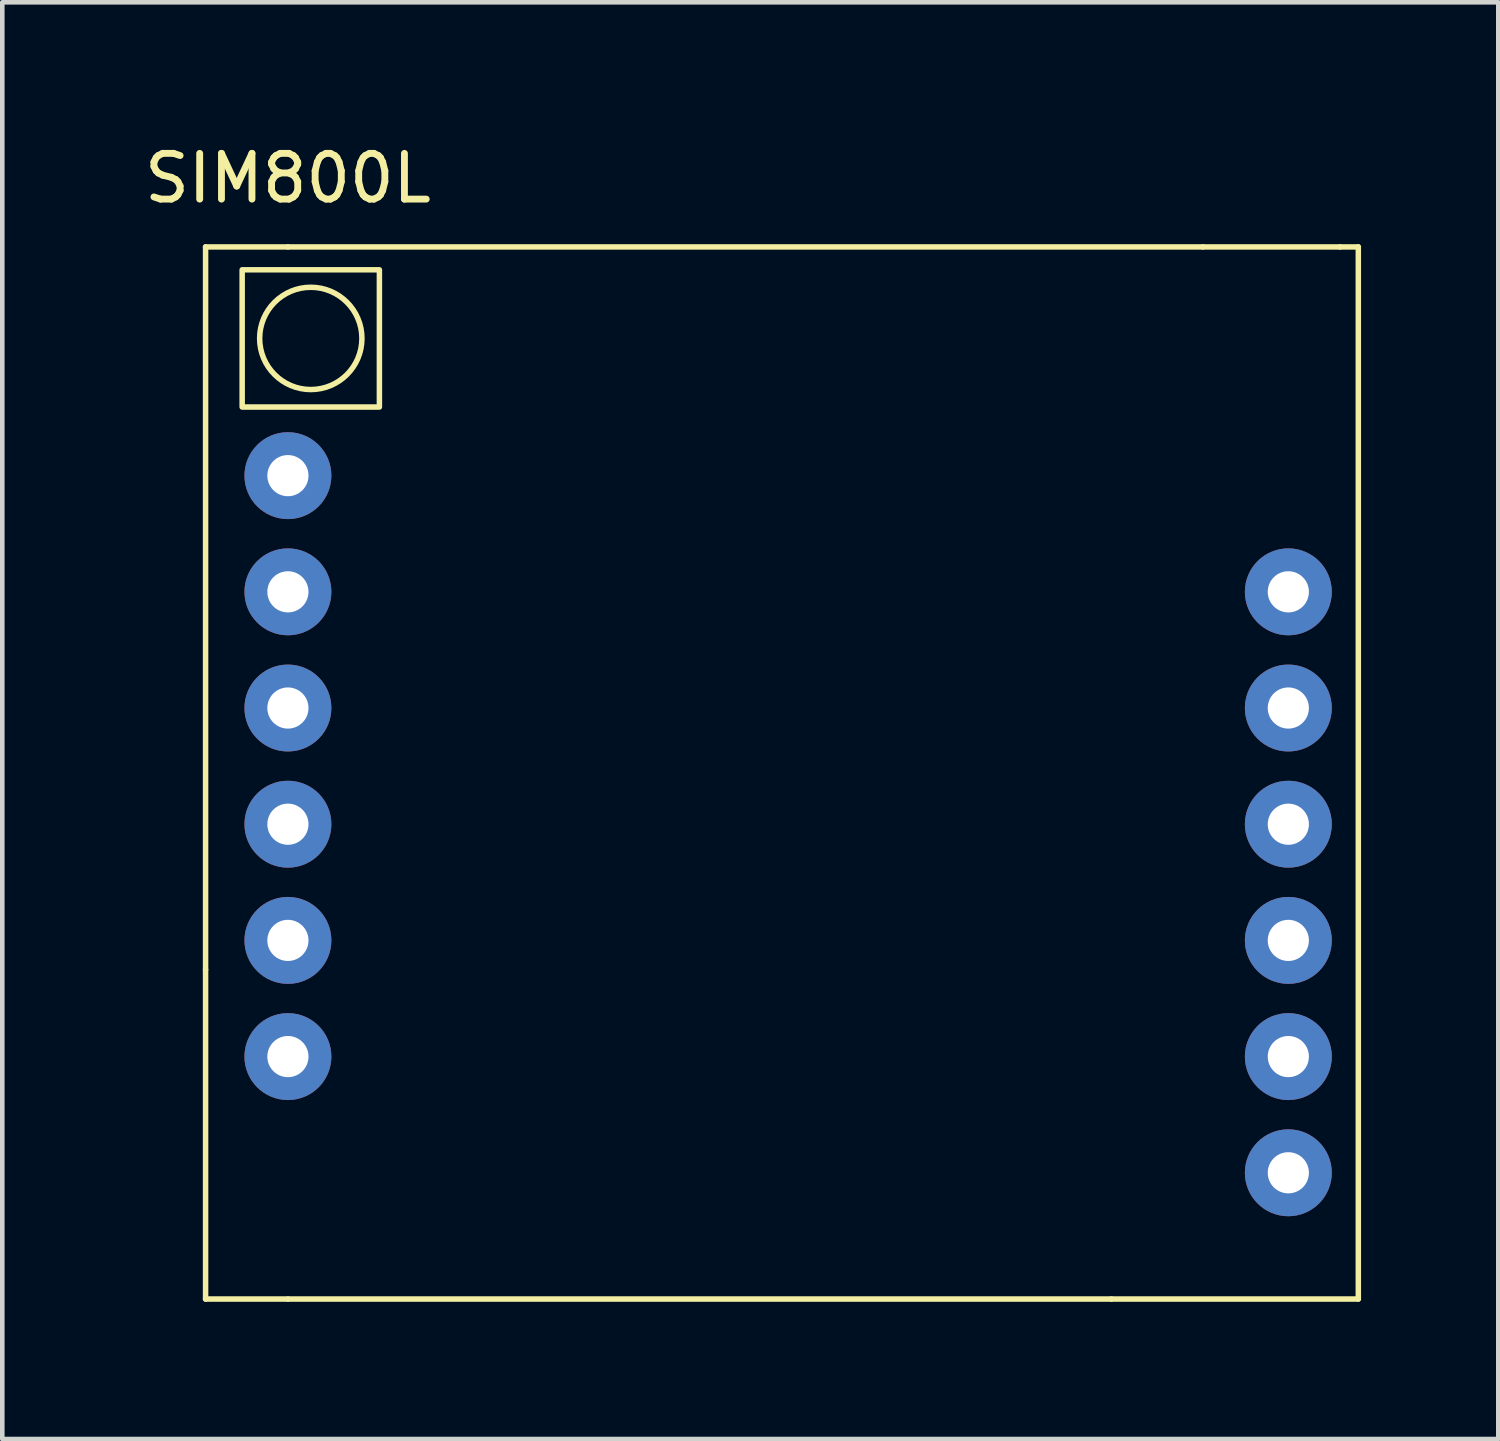
<source format=kicad_pcb>
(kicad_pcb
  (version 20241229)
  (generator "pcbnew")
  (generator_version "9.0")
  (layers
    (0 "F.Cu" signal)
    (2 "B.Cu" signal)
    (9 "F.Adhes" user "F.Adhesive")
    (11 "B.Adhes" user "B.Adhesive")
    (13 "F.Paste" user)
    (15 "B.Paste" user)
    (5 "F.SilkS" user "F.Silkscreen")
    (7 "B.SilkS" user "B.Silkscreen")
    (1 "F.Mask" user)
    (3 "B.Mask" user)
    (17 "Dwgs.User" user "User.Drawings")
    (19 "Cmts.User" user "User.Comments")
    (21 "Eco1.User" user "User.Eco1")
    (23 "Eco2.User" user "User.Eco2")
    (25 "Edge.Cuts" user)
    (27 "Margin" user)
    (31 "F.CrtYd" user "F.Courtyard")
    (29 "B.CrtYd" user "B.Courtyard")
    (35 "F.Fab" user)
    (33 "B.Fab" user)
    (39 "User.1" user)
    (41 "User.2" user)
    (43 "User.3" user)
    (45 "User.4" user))
  (footprint "SIM800L"
    (layer "F.Cu")
    (at 3.244 7.348)
    (property "Reference" "SIM800L" (at 0 -6.5 0) (unlocked yes) (layer "F.SilkS") (effects (font (size 1 1) (thickness 0.15))))
    (fp_line (start -1.8 10.8) (end -1.8 -5) (stroke (width 0.12) (type solid)) (layer "F.SilkS"))
    (fp_line (start -1.8 10.8) (end -1.8 18) (stroke (width 0.12) (type solid)) (layer "F.SilkS"))
    (fp_line (start -1.8 18) (end 0 18) (stroke (width 0.12) (type solid)) (layer "F.SilkS"))
    (fp_line (start 0 -5) (end -1.8 -5) (stroke (width 0.12) (type solid)) (layer "F.SilkS"))
    (fp_line (start 0 -5) (end 20 -5) (stroke (width 0.12) (type solid)) (layer "F.SilkS"))
    (fp_line (start 0 18) (end 18 18) (stroke (width 0.12) (type solid)) (layer "F.SilkS"))
    (fp_line (start 18 18) (end 23.4 18) (stroke (width 0.12) (type solid)) (layer "F.SilkS"))
    (fp_line (start 20 -5) (end 23 -5) (stroke (width 0.12) (type solid)) (layer "F.SilkS"))
    (fp_line (start 23.4 -5) (end 23 -5) (stroke (width 0.12) (type solid)) (layer "F.SilkS"))
    (fp_line (start 23.4 18) (end 23.4 -5) (stroke (width 0.12) (type solid)) (layer "F.SilkS"))
    (fp_rect (start -1 -4.5) (end 2 -1.5) (stroke (width 0.12) (type solid)) (fill no) (layer "F.SilkS"))
    (fp_circle (center 0.5 -3) (end 1.5 -2.5) (stroke (width 0.12) (type solid)) (fill no) (layer "F.SilkS"))
    (pad "1" thru_hole circle (at 0 0) (size 1.9 1.9) (drill 0.9) (layers "*.Cu" "*.Mask"))
    (pad "2" thru_hole circle (at 0 2.54) (size 1.9 1.9) (drill 0.9) (layers "*.Cu" "*.Mask"))
    (pad "3" thru_hole circle (at 0 5.08) (size 1.9 1.9) (drill 0.9) (layers "*.Cu" "*.Mask"))
    (pad "4" thru_hole circle (at 0 7.62) (size 1.9 1.9) (drill 0.9) (layers "*.Cu" "*.Mask"))
    (pad "5" thru_hole circle (at 0 10.16) (size 1.9 1.9) (drill 0.9) (layers "*.Cu" "*.Mask"))
    (pad "6" thru_hole circle (at 0 12.7) (size 1.9 1.9) (drill 0.9) (layers "*.Cu" "*.Mask"))
    (pad "7" thru_hole circle (at 21.87 15.24) (size 1.9 1.9) (drill 0.9) (layers "*.Cu" "*.Mask"))
    (pad "8" thru_hole circle (at 21.87 12.7) (size 1.9 1.9) (drill 0.9) (layers "*.Cu" "*.Mask"))
    (pad "9" thru_hole circle (at 21.87 10.16) (size 1.9 1.9) (drill 0.9) (layers "*.Cu" "*.Mask"))
    (pad "10" thru_hole circle (at 21.87 7.62) (size 1.9 1.9) (drill 0.9) (layers "*.Cu" "*.Mask"))
    (pad "11" thru_hole circle (at 21.87 5.08) (size 1.9 1.9) (drill 0.9) (layers "*.Cu" "*.Mask"))
    (pad "12" thru_hole circle (at 21.87 2.54) (size 1.9 1.9) (drill 0.9) (layers "*.Cu" "*.Mask")))
  (gr_rect
    (start -3 -3)
    (end 29.704 28.408)
    (stroke (width 0.1) (type default))
    (fill no)
    (layer "Edge.Cuts")))
</source>
